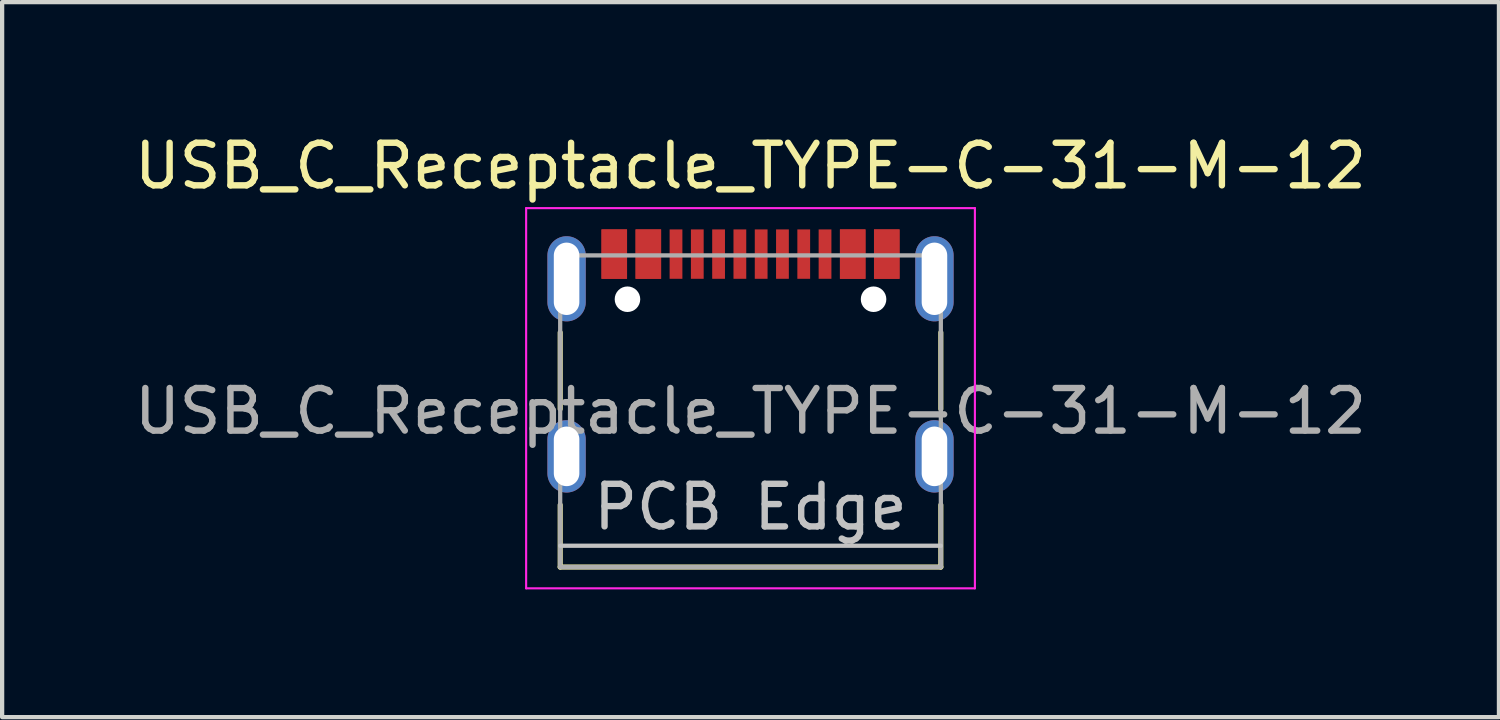
<source format=kicad_pcb>
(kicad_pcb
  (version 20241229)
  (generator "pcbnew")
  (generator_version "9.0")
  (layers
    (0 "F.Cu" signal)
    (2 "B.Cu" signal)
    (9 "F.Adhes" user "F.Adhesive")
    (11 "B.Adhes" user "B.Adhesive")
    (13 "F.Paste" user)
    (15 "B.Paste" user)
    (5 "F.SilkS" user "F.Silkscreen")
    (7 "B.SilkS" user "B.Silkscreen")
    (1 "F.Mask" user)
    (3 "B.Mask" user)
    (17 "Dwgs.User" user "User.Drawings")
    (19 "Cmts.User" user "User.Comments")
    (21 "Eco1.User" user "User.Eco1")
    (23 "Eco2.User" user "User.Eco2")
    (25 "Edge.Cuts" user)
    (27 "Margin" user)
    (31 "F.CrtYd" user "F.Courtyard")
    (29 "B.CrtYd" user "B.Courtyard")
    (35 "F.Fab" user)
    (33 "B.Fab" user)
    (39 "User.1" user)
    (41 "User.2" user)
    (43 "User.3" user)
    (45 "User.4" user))
  (footprint "USB_C_Receptacle_TYPE-C-31-M-12"
    (layer "F.Cu")
    (at 14.577 5.428)
    (property "Reference" "USB_C_Receptacle_TYPE-C-31-M-12" (at 0 -4.58 0) (layer "F.SilkS") (effects (font (size 1 1) (thickness 0.15))))
    (attr smd)
    (fp_line (start -4.47 -0.67) (end -4.47 1.13) (stroke (width 0.12) (type solid)) (layer "F.SilkS"))
    (fp_line (start -4.47 4.84) (end -4.47 3.38) (stroke (width 0.12) (type solid)) (layer "F.SilkS"))
    (fp_line (start 4.47 -0.67) (end 4.47 1.13) (stroke (width 0.12) (type solid)) (layer "F.SilkS"))
    (fp_line (start 4.47 4.84) (end -4.47 4.84) (stroke (width 0.12) (type solid)) (layer "F.SilkS"))
    (fp_line (start 4.47 4.84) (end 4.47 3.38) (stroke (width 0.12) (type solid)) (layer "F.SilkS"))
    (fp_line (start -4.47 4.34) (end 4.47 4.34) (stroke (width 0.1) (type solid)) (layer "Dwgs.User"))
    (fp_line (start -5.27 -3.59) (end -5.27 5.34) (stroke (width 0.05) (type solid)) (layer "F.CrtYd"))
    (fp_line (start -5.27 5.34) (end 5.27 5.34) (stroke (width 0.05) (type solid)) (layer "F.CrtYd"))
    (fp_line (start 5.27 -3.59) (end -5.27 -3.59) (stroke (width 0.05) (type solid)) (layer "F.CrtYd"))
    (fp_line (start 5.27 5.34) (end 5.27 -3.59) (stroke (width 0.05) (type solid)) (layer "F.CrtYd"))
    (fp_line (start -4.47 -2.48) (end -4.47 4.84) (stroke (width 0.1) (type solid)) (layer "F.Fab"))
    (fp_line (start -4.47 -2.48) (end 4.47 -2.48) (stroke (width 0.1) (type solid)) (layer "F.Fab"))
    (fp_line (start 4.47 -2.48) (end 4.47 4.84) (stroke (width 0.1) (type solid)) (layer "F.Fab"))
    (fp_line (start 4.47 4.84) (end -4.47 4.84) (stroke (width 0.1) (type solid)) (layer "F.Fab"))
    (fp_text user "PCB Edge" (at 0 3.43 0) (layer "Dwgs.User") (effects (font (size 1 1) (thickness 0.15))))
    (fp_text user "${REFERENCE}" (at 0 1.18 0) (layer "F.Fab") (effects (font (size 1 1) (thickness 0.15))))
    (pad "" np_thru_hole circle (at -2.89 -1.45 180) (size 0.6 0.6) (drill 0.6) (layers "*.Cu" "*.Mask"))
    (pad "" np_thru_hole circle (at 2.89 -1.45 180) (size 0.6 0.6) (drill 0.6) (layers "*.Cu" "*.Mask"))
    (pad "A1" smd rect (at -3.2 -2.51) (size 0.6 1.16) (layers "F.Cu" "F.Mask" "F.Paste"))
    (pad "A4" smd rect (at -2.4 -2.51) (size 0.6 1.16) (layers "F.Cu" "F.Mask" "F.Paste"))
    (pad "A5" smd rect (at -1.25 -2.51 180) (size 0.3 1.16) (layers "F.Cu" "F.Mask" "F.Paste"))
    (pad "A6" smd rect (at -0.25 -2.51 180) (size 0.3 1.16) (layers "F.Cu" "F.Mask" "F.Paste"))
    (pad "A7" smd rect (at 0.25 -2.51 180) (size 0.3 1.16) (layers "F.Cu" "F.Mask" "F.Paste"))
    (pad "A8" smd rect (at 1.25 -2.51 180) (size 0.3 1.16) (layers "F.Cu" "F.Mask" "F.Paste"))
    (pad "A9" smd rect (at 2.4 -2.51) (size 0.6 1.16) (layers "F.Cu" "F.Mask" "F.Paste"))
    (pad "A12" smd rect (at 3.2 -2.51) (size 0.6 1.16) (layers "F.Cu" "F.Mask" "F.Paste"))
    (pad "B1" smd rect (at 3.2 -2.51) (size 0.6 1.16) (layers "F.Cu" "F.Mask" "F.Paste"))
    (pad "B4" smd rect (at 2.4 -2.51) (size 0.6 1.16) (layers "F.Cu" "F.Mask" "F.Paste"))
    (pad "B5" smd rect (at 1.75 -2.51 180) (size 0.3 1.16) (layers "F.Cu" "F.Mask" "F.Paste"))
    (pad "B6" smd rect (at 0.75 -2.51 180) (size 0.3 1.16) (layers "F.Cu" "F.Mask" "F.Paste"))
    (pad "B7" smd rect (at -0.75 -2.51 180) (size 0.3 1.16) (layers "F.Cu" "F.Mask" "F.Paste"))
    (pad "B8" smd rect (at -1.75 -2.51 180) (size 0.3 1.16) (layers "F.Cu" "F.Mask" "F.Paste"))
    (pad "B9" smd rect (at -2.4 -2.51) (size 0.6 1.16) (layers "F.Cu" "F.Mask" "F.Paste"))
    (pad "B12" smd rect (at -3.2 -2.51) (size 0.6 1.16) (layers "F.Cu" "F.Mask" "F.Paste"))
    (pad "S1" thru_hole oval (at -4.32 -1.93 90) (size 2 0.9) (drill oval 1.7 0.6) (layers "*.Cu" "*.Mask"))
    (pad "S1" thru_hole oval (at -4.32 2.24 90) (size 1.7 0.9) (drill oval 1.4 0.6) (layers "*.Cu" "*.Mask"))
    (pad "S1" thru_hole oval (at 4.32 -1.93 90) (size 2 0.9) (drill oval 1.7 0.6) (layers "*.Cu" "*.Mask"))
    (pad "S1" thru_hole oval (at 4.32 2.24 90) (size 1.7 0.9) (drill oval 1.4 0.6) (layers "*.Cu" "*.Mask")))
  (gr_rect
    (start -3 -3)
    (end 32.155 13.793)
    (stroke (width 0.1) (type default))
    (fill no)
    (layer "Edge.Cuts")))
</source>
